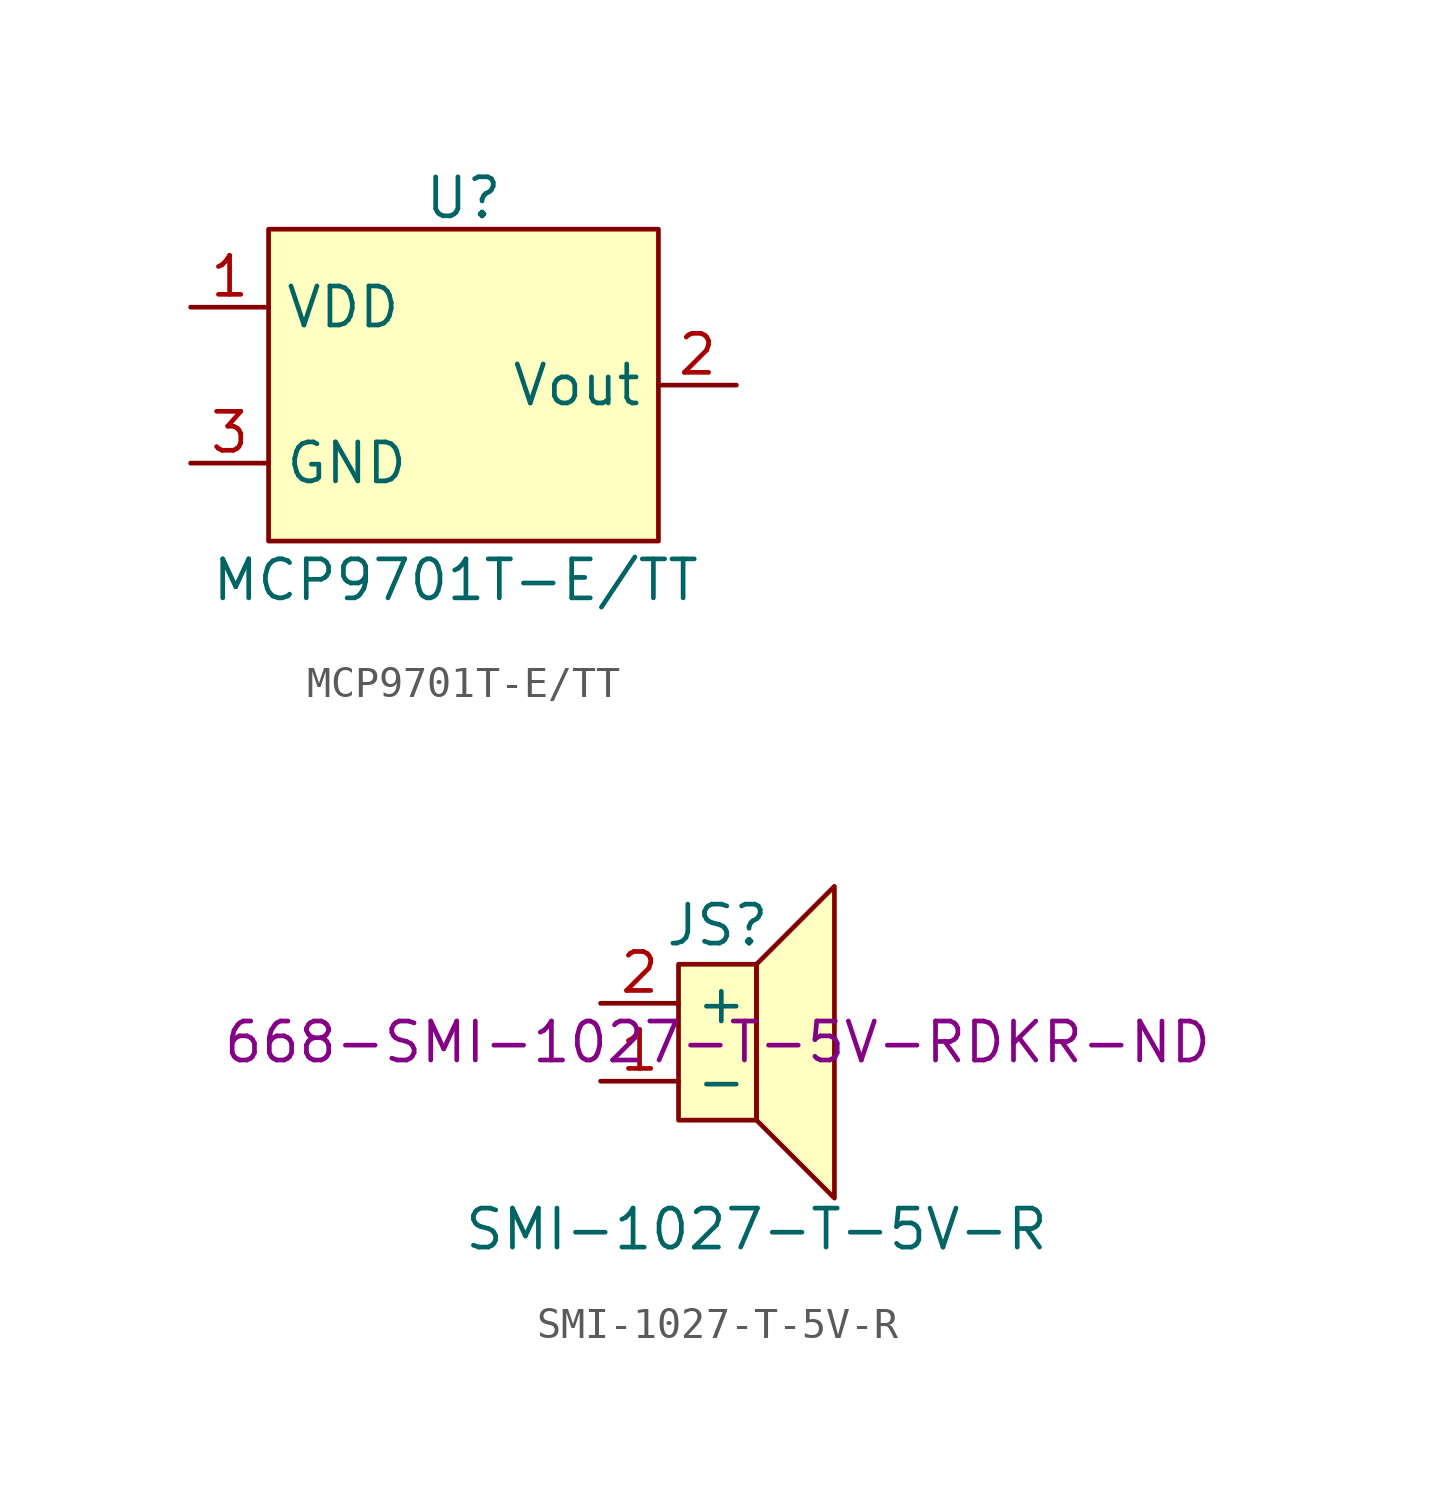
<source format=kicad_sym>
(kicad_symbol_lib
  (version 20231120)
  (generator "kicad_symbol_editor")
  (generator_version "8.0")
  (symbol "MCP9701T-E/TT"
    (property "Reference" "U"
      (at 0 6.096 0)
      (effects (font (size 1.27 1.27))))
    (property "Value" " MCP9701T-E/TT"
      (at -0.254 -6.35 0)
      (effects (font (size 1.27 1.27))))
    (symbol "MCP9701T-E/TT_1_1"
      (rectangle (start -6.35 5.08) (end 6.35 -5.08) (stroke (width 0) (type default)) (fill (type background)))
      (pin power_in line (at -8.89 2.54 0) (length 2.54) (name "VDD" (effects (font (size 1.27 1.27)))) (number "1" (effects (font (size 1.27 1.27)))))
      (pin passive line (at 8.89 0 180) (length 2.54) (name "Vout" (effects (font (size 1.27 1.27)))) (number "2" (effects (font (size 1.27 1.27)))))
      (pin power_in line (at -8.89 -2.54 0) (length 2.54) (name "GND" (effects (font (size 1.27 1.27)))) (number "3" (effects (font (size 1.27 1.27)))))))
  (symbol "SMI-1027-T-5V-R"
    (property "Reference" "JS"
      (at 0 3.81 0)
      (effects (font (size 1.27 1.27))))
    (property "Value" "SMI-1027-T-5V-R"
      (at 1.27 -6.096 0)
      (effects (font (size 1.27 1.27))))
    (property "Digikey" "668-SMI-1027-T-5V-RDKR-ND"
      (at 0 0 0)
      (effects (font (size 1.27 1.27))))
    (symbol "SMI-1027-T-5V-R_1_1"
      (rectangle (start -1.27 2.54) (end 1.27 -2.54) (stroke (width 0) (type default)) (fill (type background)))
      (polyline (pts (xy 1.27 2.54) (xy 3.81 5.08) (xy 3.81 -5.08) (xy 1.27 -2.54) (xy 1.27 2.54)) (stroke (width 0) (type default)) (fill (type background)))
      (pin passive line (at -3.81 -1.27 0) (length 2.54) (name "-" (effects (font (size 1.27 1.27)))) (number "1" (effects (font (size 1.27 1.27)))))
      (pin passive line (at -3.81 1.27 0) (length 2.54) (name "+" (effects (font (size 1.27 1.27)))) (number "2" (effects (font (size 1.27 1.27))))))))
</source>
